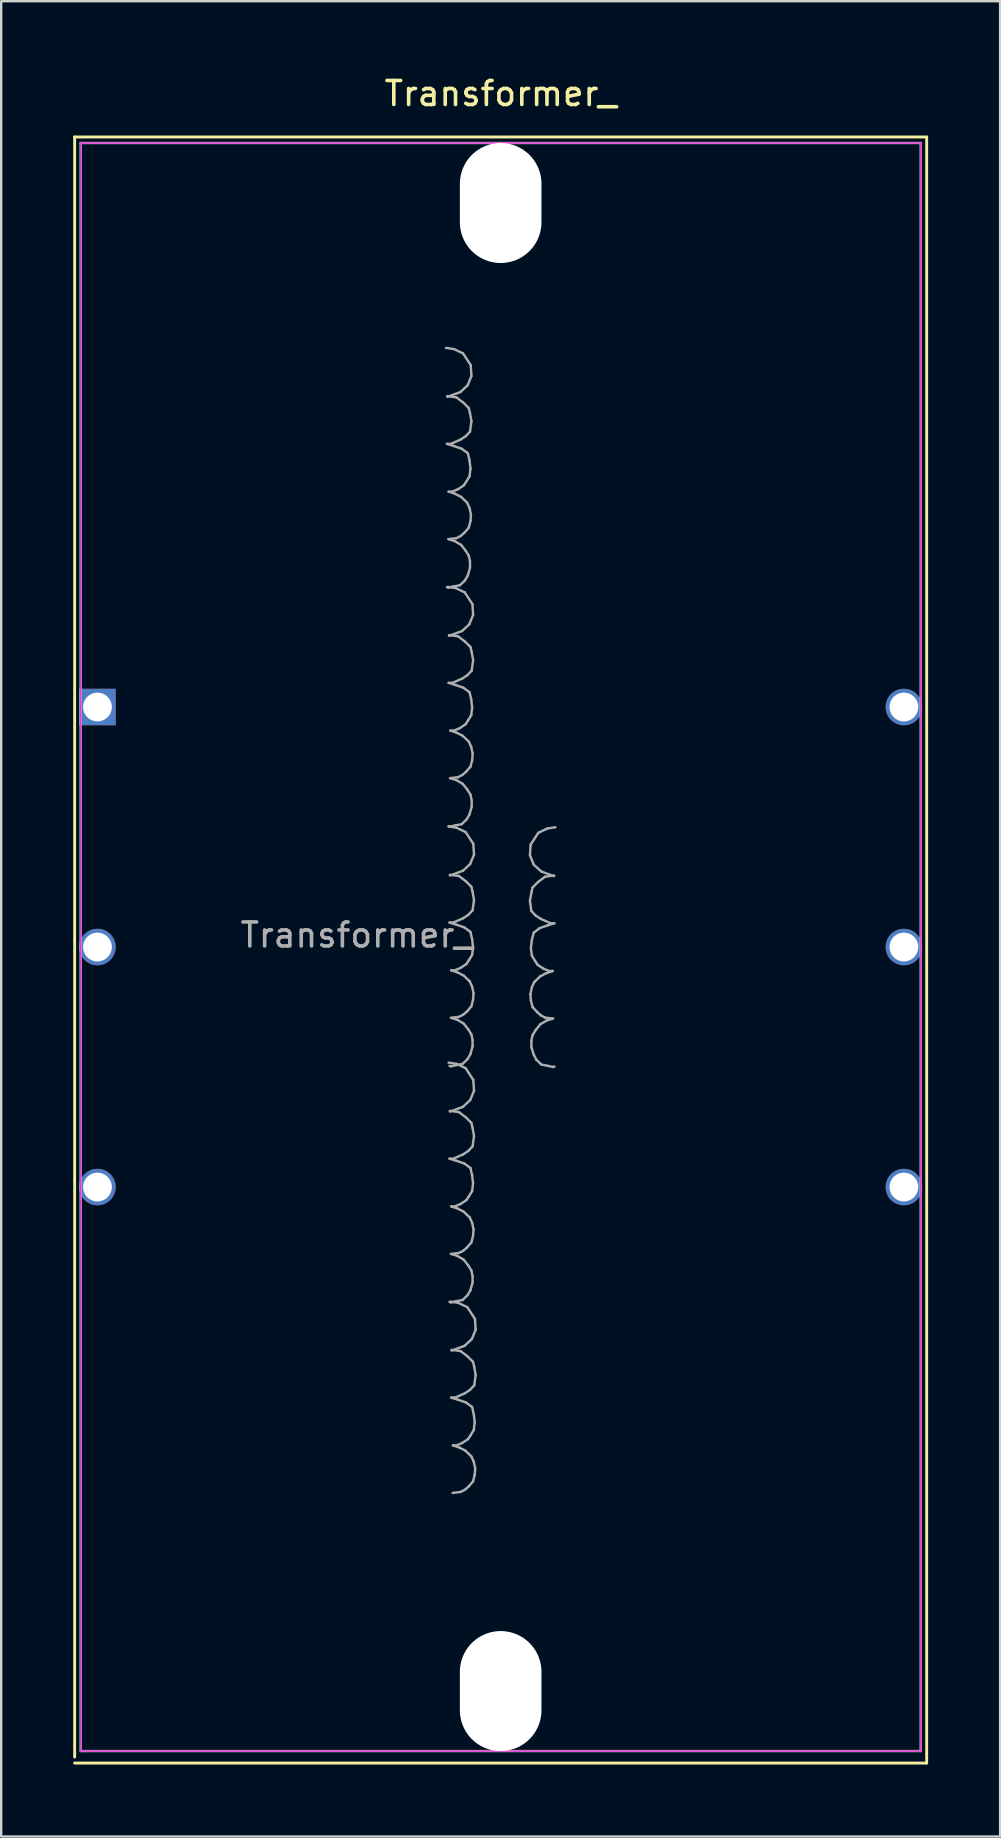
<source format=kicad_pcb>
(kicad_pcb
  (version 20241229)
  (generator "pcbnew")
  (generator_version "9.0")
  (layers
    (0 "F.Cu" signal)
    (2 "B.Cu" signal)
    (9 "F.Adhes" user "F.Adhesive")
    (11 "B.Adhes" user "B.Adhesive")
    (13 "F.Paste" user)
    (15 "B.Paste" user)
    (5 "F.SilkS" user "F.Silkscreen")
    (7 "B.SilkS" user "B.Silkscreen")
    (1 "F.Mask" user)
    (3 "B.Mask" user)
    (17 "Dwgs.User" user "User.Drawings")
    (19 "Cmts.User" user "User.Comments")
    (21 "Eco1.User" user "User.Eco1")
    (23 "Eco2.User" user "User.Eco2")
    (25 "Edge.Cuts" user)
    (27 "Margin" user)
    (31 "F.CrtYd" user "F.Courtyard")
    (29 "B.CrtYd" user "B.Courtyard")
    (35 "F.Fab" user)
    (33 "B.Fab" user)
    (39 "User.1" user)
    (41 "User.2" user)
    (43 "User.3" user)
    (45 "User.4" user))
  (footprint "Transformer_"
    (layer "F.Cu")
    (at 17.81 36.408)
    (property "Reference" "Transformer_" (at 0 -35.56 0) (layer "F.SilkS") (effects (font (size 1 1) (thickness 0.15))))
    (attr through_hole)
    (fp_line (start -17.75 -33.75) (end 17.75 -33.75) (stroke (width 0.12) (type solid)) (layer "F.SilkS"))
    (fp_line (start -17.75 33.75) (end -17.75 -33.75) (stroke (width 0.12) (type solid)) (layer "F.SilkS"))
    (fp_line (start 17.75 -33.75) (end 17.75 34) (stroke (width 0.12) (type solid)) (layer "F.SilkS"))
    (fp_line (start 17.75 34) (end -17.75 34) (stroke (width 0.12) (type solid)) (layer "F.SilkS"))
    (fp_line (start -17.5 -33.5) (end -17.5 33.5) (stroke (width 0.05) (type solid)) (layer "F.CrtYd"))
    (fp_line (start -17.5 -33.5) (end 17.5 -33.5) (stroke (width 0.05) (type solid)) (layer "F.CrtYd"))
    (fp_line (start -17.5 33.5) (end 17.5 33.5) (stroke (width 0.05) (type solid)) (layer "F.CrtYd"))
    (fp_line (start 17.5 33.5) (end 17.5 -33.5) (stroke (width 0.05) (type solid)) (layer "F.CrtYd"))
    (fp_line (start -17.5 -33.5) (end -17.5 33.5) (stroke (width 0.1) (type solid)) (layer "F.Fab"))
    (fp_line (start -17.5 33.5) (end 17.5 33.5) (stroke (width 0.1) (type solid)) (layer "F.Fab"))
    (fp_line (start -2.277 -24.964) (end -1.947 -24.914) (stroke (width 0.1) (type solid)) (layer "F.Fab"))
    (fp_line (start -2.237 -20.964) (end -1.947 -20.874) (stroke (width 0.1) (type solid)) (layer "F.Fab"))
    (fp_line (start -2.227 -22.954) (end -1.847 -22.904) (stroke (width 0.1) (type solid)) (layer "F.Fab"))
    (fp_line (start -2.207 -15.007) (end -1.877 -14.957) (stroke (width 0.1) (type solid)) (layer "F.Fab"))
    (fp_line (start -2.177 -16.994) (end -1.917 -16.914) (stroke (width 0.1) (type solid)) (layer "F.Fab"))
    (fp_line (start -2.177 -14.974) (end -2.237 -14.994) (stroke (width 0.1) (type solid)) (layer "F.Fab"))
    (fp_line (start -2.17 4.817) (end -1.84 4.867) (stroke (width 0.1) (type solid)) (layer "F.Fab"))
    (fp_line (start -2.17 -5.02) (end -1.84 -4.97) (stroke (width 0.1) (type solid)) (layer "F.Fab"))
    (fp_line (start -2.167 -11.007) (end -1.877 -10.917) (stroke (width 0.1) (type solid)) (layer "F.Fab"))
    (fp_line (start -2.167 -18.974) (end -1.897 -18.884) (stroke (width 0.1) (type solid)) (layer "F.Fab"))
    (fp_line (start -2.157 -12.997) (end -1.777 -12.947) (stroke (width 0.1) (type solid)) (layer "F.Fab"))
    (fp_line (start -2.13 8.817) (end -1.84 8.907) (stroke (width 0.1) (type solid)) (layer "F.Fab"))
    (fp_line (start -2.13 -1.02) (end -1.84 -0.93) (stroke (width 0.1) (type solid)) (layer "F.Fab"))
    (fp_line (start -2.12 6.827) (end -1.74 6.877) (stroke (width 0.1) (type solid)) (layer "F.Fab"))
    (fp_line (start -2.12 -3.01) (end -1.74 -2.96) (stroke (width 0.1) (type solid)) (layer "F.Fab"))
    (fp_line (start -2.107 -7.037) (end -1.847 -6.957) (stroke (width 0.1) (type solid)) (layer "F.Fab"))
    (fp_line (start -2.107 -5.017) (end -2.167 -5.037) (stroke (width 0.1) (type solid)) (layer "F.Fab"))
    (fp_line (start -2.101 14.774) (end -1.771 14.824) (stroke (width 0.1) (type solid)) (layer "F.Fab"))
    (fp_line (start -2.097 -9.017) (end -1.827 -8.927) (stroke (width 0.1) (type solid)) (layer "F.Fab"))
    (fp_line (start -2.077 -20.964) (end -2.237 -20.964) (stroke (width 0.1) (type solid)) (layer "F.Fab"))
    (fp_line (start -2.07 12.787) (end -1.81 12.867) (stroke (width 0.1) (type solid)) (layer "F.Fab"))
    (fp_line (start -2.07 14.807) (end -2.13 14.787) (stroke (width 0.1) (type solid)) (layer "F.Fab"))
    (fp_line (start -2.07 2.95) (end -1.81 3.03) (stroke (width 0.1) (type solid)) (layer "F.Fab"))
    (fp_line (start -2.07 4.97) (end -2.13 4.95) (stroke (width 0.1) (type solid)) (layer "F.Fab"))
    (fp_line (start -2.061 18.774) (end -1.771 18.864) (stroke (width 0.1) (type solid)) (layer "F.Fab"))
    (fp_line (start -2.06 10.807) (end -1.79 10.897) (stroke (width 0.1) (type solid)) (layer "F.Fab"))
    (fp_line (start -2.06 0.97) (end -1.79 1.06) (stroke (width 0.1) (type solid)) (layer "F.Fab"))
    (fp_line (start -2.051 16.784) (end -1.671 16.834) (stroke (width 0.1) (type solid)) (layer "F.Fab"))
    (fp_line (start -2.017 -18.974) (end -2.167 -18.974) (stroke (width 0.1) (type solid)) (layer "F.Fab"))
    (fp_line (start -2.007 -11.007) (end -2.167 -11.007) (stroke (width 0.1) (type solid)) (layer "F.Fab"))
    (fp_line (start -1.991 20.764) (end -1.721 20.854) (stroke (width 0.1) (type solid)) (layer "F.Fab"))
    (fp_line (start -1.97 8.817) (end -2.13 8.817) (stroke (width 0.1) (type solid)) (layer "F.Fab"))
    (fp_line (start -1.97 -1.02) (end -2.13 -1.02) (stroke (width 0.1) (type solid)) (layer "F.Fab"))
    (fp_line (start -1.967 -15.024) (end -2.177 -14.974) (stroke (width 0.1) (type solid)) (layer "F.Fab"))
    (fp_line (start -1.947 -9.017) (end -2.097 -9.017) (stroke (width 0.1) (type solid)) (layer "F.Fab"))
    (fp_line (start -1.947 -24.914) (end -1.567 -24.734) (stroke (width 0.1) (type solid)) (layer "F.Fab"))
    (fp_line (start -1.947 -20.874) (end -1.627 -20.764) (stroke (width 0.1) (type solid)) (layer "F.Fab"))
    (fp_line (start -1.917 -16.914) (end -1.647 -16.754) (stroke (width 0.1) (type solid)) (layer "F.Fab"))
    (fp_line (start -1.91 10.807) (end -2.06 10.807) (stroke (width 0.1) (type solid)) (layer "F.Fab"))
    (fp_line (start -1.91 0.97) (end -2.06 0.97) (stroke (width 0.1) (type solid)) (layer "F.Fab"))
    (fp_line (start -1.901 18.774) (end -2.061 18.774) (stroke (width 0.1) (type solid)) (layer "F.Fab"))
    (fp_line (start -1.897 -5.067) (end -2.107 -5.017) (stroke (width 0.1) (type solid)) (layer "F.Fab"))
    (fp_line (start -1.897 -18.884) (end -1.647 -18.754) (stroke (width 0.1) (type solid)) (layer "F.Fab"))
    (fp_line (start -1.877 -14.957) (end -1.497 -14.777) (stroke (width 0.1) (type solid)) (layer "F.Fab"))
    (fp_line (start -1.877 -10.917) (end -1.557 -10.807) (stroke (width 0.1) (type solid)) (layer "F.Fab"))
    (fp_line (start -1.86 14.757) (end -2.07 14.807) (stroke (width 0.1) (type solid)) (layer "F.Fab"))
    (fp_line (start -1.86 4.92) (end -2.07 4.97) (stroke (width 0.1) (type solid)) (layer "F.Fab"))
    (fp_line (start -1.847 -6.957) (end -1.577 -6.797) (stroke (width 0.1) (type solid)) (layer "F.Fab"))
    (fp_line (start -1.847 -22.904) (end -1.557 -22.684) (stroke (width 0.1) (type solid)) (layer "F.Fab"))
    (fp_line (start -1.847 -17.034) (end -2.177 -16.994) (stroke (width 0.1) (type solid)) (layer "F.Fab"))
    (fp_line (start -1.841 20.764) (end -1.991 20.764) (stroke (width 0.1) (type solid)) (layer "F.Fab"))
    (fp_line (start -1.84 4.867) (end -1.46 5.047) (stroke (width 0.1) (type solid)) (layer "F.Fab"))
    (fp_line (start -1.84 8.907) (end -1.52 9.017) (stroke (width 0.1) (type solid)) (layer "F.Fab"))
    (fp_line (start -1.84 -4.97) (end -1.46 -4.79) (stroke (width 0.1) (type solid)) (layer "F.Fab"))
    (fp_line (start -1.84 -0.93) (end -1.52 -0.82) (stroke (width 0.1) (type solid)) (layer "F.Fab"))
    (fp_line (start -1.827 -8.927) (end -1.577 -8.797) (stroke (width 0.1) (type solid)) (layer "F.Fab"))
    (fp_line (start -1.81 12.867) (end -1.54 13.027) (stroke (width 0.1) (type solid)) (layer "F.Fab"))
    (fp_line (start -1.81 3.03) (end -1.54 3.19) (stroke (width 0.1) (type solid)) (layer "F.Fab"))
    (fp_line (start -1.79 10.897) (end -1.54 11.027) (stroke (width 0.1) (type solid)) (layer "F.Fab"))
    (fp_line (start -1.79 1.06) (end -1.54 1.19) (stroke (width 0.1) (type solid)) (layer "F.Fab"))
    (fp_line (start -1.777 -12.947) (end -1.487 -12.727) (stroke (width 0.1) (type solid)) (layer "F.Fab"))
    (fp_line (start -1.777 -7.077) (end -2.107 -7.037) (stroke (width 0.1) (type solid)) (layer "F.Fab"))
    (fp_line (start -1.777 -19.074) (end -2.017 -18.974) (stroke (width 0.1) (type solid)) (layer "F.Fab"))
    (fp_line (start -1.771 14.824) (end -1.391 15.004) (stroke (width 0.1) (type solid)) (layer "F.Fab"))
    (fp_line (start -1.771 18.864) (end -1.451 18.974) (stroke (width 0.1) (type solid)) (layer "F.Fab"))
    (fp_line (start -1.74 6.877) (end -1.45 7.097) (stroke (width 0.1) (type solid)) (layer "F.Fab"))
    (fp_line (start -1.74 12.747) (end -2.07 12.787) (stroke (width 0.1) (type solid)) (layer "F.Fab"))
    (fp_line (start -1.74 -2.96) (end -1.45 -2.74) (stroke (width 0.1) (type solid)) (layer "F.Fab"))
    (fp_line (start -1.74 2.91) (end -2.07 2.95) (stroke (width 0.1) (type solid)) (layer "F.Fab"))
    (fp_line (start -1.721 20.854) (end -1.471 20.984) (stroke (width 0.1) (type solid)) (layer "F.Fab"))
    (fp_line (start -1.707 -9.117) (end -1.947 -9.017) (stroke (width 0.1) (type solid)) (layer "F.Fab"))
    (fp_line (start -1.697 -15.074) (end -1.967 -15.024) (stroke (width 0.1) (type solid)) (layer "F.Fab"))
    (fp_line (start -1.677 -23.124) (end -2.217 -22.924) (stroke (width 0.1) (type solid)) (layer "F.Fab"))
    (fp_line (start -1.671 16.834) (end -1.381 17.054) (stroke (width 0.1) (type solid)) (layer "F.Fab"))
    (fp_line (start -1.671 22.704) (end -2.001 22.744) (stroke (width 0.1) (type solid)) (layer "F.Fab"))
    (fp_line (start -1.67 10.707) (end -1.91 10.807) (stroke (width 0.1) (type solid)) (layer "F.Fab"))
    (fp_line (start -1.67 0.87) (end -1.91 0.97) (stroke (width 0.1) (type solid)) (layer "F.Fab"))
    (fp_line (start -1.667 -21.144) (end -2.077 -20.964) (stroke (width 0.1) (type solid)) (layer "F.Fab"))
    (fp_line (start -1.667 -17.124) (end -1.847 -17.034) (stroke (width 0.1) (type solid)) (layer "F.Fab"))
    (fp_line (start -1.647 -18.754) (end -1.397 -18.514) (stroke (width 0.1) (type solid)) (layer "F.Fab"))
    (fp_line (start -1.647 -16.754) (end -1.457 -16.514) (stroke (width 0.1) (type solid)) (layer "F.Fab"))
    (fp_line (start -1.627 -5.117) (end -1.897 -5.067) (stroke (width 0.1) (type solid)) (layer "F.Fab"))
    (fp_line (start -1.627 -20.764) (end -1.367 -20.574) (stroke (width 0.1) (type solid)) (layer "F.Fab"))
    (fp_line (start -1.607 -13.167) (end -2.147 -12.967) (stroke (width 0.1) (type solid)) (layer "F.Fab"))
    (fp_line (start -1.601 20.664) (end -1.841 20.764) (stroke (width 0.1) (type solid)) (layer "F.Fab"))
    (fp_line (start -1.597 -11.187) (end -2.007 -11.007) (stroke (width 0.1) (type solid)) (layer "F.Fab"))
    (fp_line (start -1.597 -7.167) (end -1.777 -7.077) (stroke (width 0.1) (type solid)) (layer "F.Fab"))
    (fp_line (start -1.59 14.707) (end -1.86 14.757) (stroke (width 0.1) (type solid)) (layer "F.Fab"))
    (fp_line (start -1.59 4.87) (end -1.86 4.92) (stroke (width 0.1) (type solid)) (layer "F.Fab"))
    (fp_line (start -1.577 -8.797) (end -1.327 -8.557) (stroke (width 0.1) (type solid)) (layer "F.Fab"))
    (fp_line (start -1.577 -6.797) (end -1.387 -6.557) (stroke (width 0.1) (type solid)) (layer "F.Fab"))
    (fp_line (start -1.57 6.657) (end -2.11 6.857) (stroke (width 0.1) (type solid)) (layer "F.Fab"))
    (fp_line (start -1.57 -3.18) (end -2.11 -2.98) (stroke (width 0.1) (type solid)) (layer "F.Fab"))
    (fp_line (start -1.567 -24.734) (end -1.247 -24.244) (stroke (width 0.1) (type solid)) (layer "F.Fab"))
    (fp_line (start -1.56 8.637) (end -1.97 8.817) (stroke (width 0.1) (type solid)) (layer "F.Fab"))
    (fp_line (start -1.56 12.657) (end -1.74 12.747) (stroke (width 0.1) (type solid)) (layer "F.Fab"))
    (fp_line (start -1.56 -1.2) (end -1.97 -1.02) (stroke (width 0.1) (type solid)) (layer "F.Fab"))
    (fp_line (start -1.56 2.82) (end -1.74 2.91) (stroke (width 0.1) (type solid)) (layer "F.Fab"))
    (fp_line (start -1.557 -10.807) (end -1.297 -10.617) (stroke (width 0.1) (type solid)) (layer "F.Fab"))
    (fp_line (start -1.557 -22.684) (end -1.327 -22.454) (stroke (width 0.1) (type solid)) (layer "F.Fab"))
    (fp_line (start -1.54 11.027) (end -1.29 11.267) (stroke (width 0.1) (type solid)) (layer "F.Fab"))
    (fp_line (start -1.54 13.027) (end -1.35 13.267) (stroke (width 0.1) (type solid)) (layer "F.Fab"))
    (fp_line (start -1.54 1.19) (end -1.29 1.43) (stroke (width 0.1) (type solid)) (layer "F.Fab"))
    (fp_line (start -1.54 3.19) (end -1.35 3.43) (stroke (width 0.1) (type solid)) (layer "F.Fab"))
    (fp_line (start -1.537 -19.234) (end -1.777 -19.074) (stroke (width 0.1) (type solid)) (layer "F.Fab"))
    (fp_line (start -1.52 9.017) (end -1.26 9.207) (stroke (width 0.1) (type solid)) (layer "F.Fab"))
    (fp_line (start -1.52 -0.82) (end -1.26 -0.63) (stroke (width 0.1) (type solid)) (layer "F.Fab"))
    (fp_line (start -1.507 -17.264) (end -1.667 -17.124) (stroke (width 0.1) (type solid)) (layer "F.Fab"))
    (fp_line (start -1.501 16.614) (end -2.041 16.814) (stroke (width 0.1) (type solid)) (layer "F.Fab"))
    (fp_line (start -1.497 -14.777) (end -1.177 -14.287) (stroke (width 0.1) (type solid)) (layer "F.Fab"))
    (fp_line (start -1.491 18.594) (end -1.901 18.774) (stroke (width 0.1) (type solid)) (layer "F.Fab"))
    (fp_line (start -1.491 22.614) (end -1.671 22.704) (stroke (width 0.1) (type solid)) (layer "F.Fab"))
    (fp_line (start -1.487 -12.727) (end -1.257 -12.497) (stroke (width 0.1) (type solid)) (layer "F.Fab"))
    (fp_line (start -1.487 -15.274) (end -1.697 -15.074) (stroke (width 0.1) (type solid)) (layer "F.Fab"))
    (fp_line (start -1.471 20.984) (end -1.221 21.224) (stroke (width 0.1) (type solid)) (layer "F.Fab"))
    (fp_line (start -1.467 -9.277) (end -1.707 -9.117) (stroke (width 0.1) (type solid)) (layer "F.Fab"))
    (fp_line (start -1.46 5.047) (end -1.14 5.537) (stroke (width 0.1) (type solid)) (layer "F.Fab"))
    (fp_line (start -1.46 -4.79) (end -1.14 -4.3) (stroke (width 0.1) (type solid)) (layer "F.Fab"))
    (fp_line (start -1.457 -21.284) (end -1.667 -21.144) (stroke (width 0.1) (type solid)) (layer "F.Fab"))
    (fp_line (start -1.457 -16.514) (end -1.327 -16.304) (stroke (width 0.1) (type solid)) (layer "F.Fab"))
    (fp_line (start -1.451 18.974) (end -1.191 19.164) (stroke (width 0.1) (type solid)) (layer "F.Fab"))
    (fp_line (start -1.45 7.097) (end -1.22 7.327) (stroke (width 0.1) (type solid)) (layer "F.Fab"))
    (fp_line (start -1.45 -2.74) (end -1.22 -2.51) (stroke (width 0.1) (type solid)) (layer "F.Fab"))
    (fp_line (start -1.437 -7.307) (end -1.597 -7.167) (stroke (width 0.1) (type solid)) (layer "F.Fab"))
    (fp_line (start -1.437 -19.384) (end -1.537 -19.234) (stroke (width 0.1) (type solid)) (layer "F.Fab"))
    (fp_line (start -1.43 10.547) (end -1.67 10.707) (stroke (width 0.1) (type solid)) (layer "F.Fab"))
    (fp_line (start -1.43 0.71) (end -1.67 0.87) (stroke (width 0.1) (type solid)) (layer "F.Fab"))
    (fp_line (start -1.417 -5.317) (end -1.627 -5.117) (stroke (width 0.1) (type solid)) (layer "F.Fab"))
    (fp_line (start -1.4 12.517) (end -1.56 12.657) (stroke (width 0.1) (type solid)) (layer "F.Fab"))
    (fp_line (start -1.4 2.68) (end -1.56 2.82) (stroke (width 0.1) (type solid)) (layer "F.Fab"))
    (fp_line (start -1.397 -18.514) (end -1.297 -18.294) (stroke (width 0.1) (type solid)) (layer "F.Fab"))
    (fp_line (start -1.391 15.004) (end -1.071 15.494) (stroke (width 0.1) (type solid)) (layer "F.Fab"))
    (fp_line (start -1.387 -11.327) (end -1.597 -11.187) (stroke (width 0.1) (type solid)) (layer "F.Fab"))
    (fp_line (start -1.387 -6.557) (end -1.257 -6.347) (stroke (width 0.1) (type solid)) (layer "F.Fab"))
    (fp_line (start -1.381 17.054) (end -1.151 17.284) (stroke (width 0.1) (type solid)) (layer "F.Fab"))
    (fp_line (start -1.38 14.507) (end -1.59 14.707) (stroke (width 0.1) (type solid)) (layer "F.Fab"))
    (fp_line (start -1.38 4.67) (end -1.59 4.87) (stroke (width 0.1) (type solid)) (layer "F.Fab"))
    (fp_line (start -1.377 -23.404) (end -1.677 -23.124) (stroke (width 0.1) (type solid)) (layer "F.Fab"))
    (fp_line (start -1.367 -9.427) (end -1.467 -9.277) (stroke (width 0.1) (type solid)) (layer "F.Fab"))
    (fp_line (start -1.367 -20.574) (end -1.297 -20.274) (stroke (width 0.1) (type solid)) (layer "F.Fab"))
    (fp_line (start -1.367 -15.484) (end -1.487 -15.274) (stroke (width 0.1) (type solid)) (layer "F.Fab"))
    (fp_line (start -1.361 20.504) (end -1.601 20.664) (stroke (width 0.1) (type solid)) (layer "F.Fab"))
    (fp_line (start -1.35 8.497) (end -1.56 8.637) (stroke (width 0.1) (type solid)) (layer "F.Fab"))
    (fp_line (start -1.35 13.267) (end -1.22 13.477) (stroke (width 0.1) (type solid)) (layer "F.Fab"))
    (fp_line (start -1.35 -1.34) (end -1.56 -1.2) (stroke (width 0.1) (type solid)) (layer "F.Fab"))
    (fp_line (start -1.35 3.43) (end -1.22 3.64) (stroke (width 0.1) (type solid)) (layer "F.Fab"))
    (fp_line (start -1.331 22.474) (end -1.491 22.614) (stroke (width 0.1) (type solid)) (layer "F.Fab"))
    (fp_line (start -1.33 10.397) (end -1.43 10.547) (stroke (width 0.1) (type solid)) (layer "F.Fab"))
    (fp_line (start -1.33 0.56) (end -1.43 0.71) (stroke (width 0.1) (type solid)) (layer "F.Fab"))
    (fp_line (start -1.327 -8.557) (end -1.227 -8.337) (stroke (width 0.1) (type solid)) (layer "F.Fab"))
    (fp_line (start -1.327 -22.454) (end -1.277 -22.244) (stroke (width 0.1) (type solid)) (layer "F.Fab"))
    (fp_line (start -1.327 -17.474) (end -1.507 -17.264) (stroke (width 0.1) (type solid)) (layer "F.Fab"))
    (fp_line (start -1.327 -16.304) (end -1.277 -16.074) (stroke (width 0.1) (type solid)) (layer "F.Fab"))
    (fp_line (start -1.307 -13.447) (end -1.607 -13.167) (stroke (width 0.1) (type solid)) (layer "F.Fab"))
    (fp_line (start -1.297 -10.617) (end -1.227 -10.317) (stroke (width 0.1) (type solid)) (layer "F.Fab"))
    (fp_line (start -1.297 -5.527) (end -1.417 -5.317) (stroke (width 0.1) (type solid)) (layer "F.Fab"))
    (fp_line (start -1.297 -20.274) (end -1.257 -19.934) (stroke (width 0.1) (type solid)) (layer "F.Fab"))
    (fp_line (start -1.297 -19.614) (end -1.437 -19.384) (stroke (width 0.1) (type solid)) (layer "F.Fab"))
    (fp_line (start -1.297 -18.294) (end -1.237 -18.014) (stroke (width 0.1) (type solid)) (layer "F.Fab"))
    (fp_line (start -1.29 11.267) (end -1.19 11.487) (stroke (width 0.1) (type solid)) (layer "F.Fab"))
    (fp_line (start -1.29 1.43) (end -1.19 1.65) (stroke (width 0.1) (type solid)) (layer "F.Fab"))
    (fp_line (start -1.281 18.454) (end -1.491 18.594) (stroke (width 0.1) (type solid)) (layer "F.Fab"))
    (fp_line (start -1.277 -22.244) (end -1.217 -21.904) (stroke (width 0.1) (type solid)) (layer "F.Fab"))
    (fp_line (start -1.277 -21.474) (end -1.457 -21.284) (stroke (width 0.1) (type solid)) (layer "F.Fab"))
    (fp_line (start -1.277 -16.074) (end -1.277 -15.804) (stroke (width 0.1) (type solid)) (layer "F.Fab"))
    (fp_line (start -1.277 -15.804) (end -1.367 -15.484) (stroke (width 0.1) (type solid)) (layer "F.Fab"))
    (fp_line (start -1.27 6.377) (end -1.57 6.657) (stroke (width 0.1) (type solid)) (layer "F.Fab"))
    (fp_line (start -1.27 -3.46) (end -1.57 -3.18) (stroke (width 0.1) (type solid)) (layer "F.Fab"))
    (fp_line (start -1.261 20.354) (end -1.361 20.504) (stroke (width 0.1) (type solid)) (layer "F.Fab"))
    (fp_line (start -1.26 9.207) (end -1.19 9.507) (stroke (width 0.1) (type solid)) (layer "F.Fab"))
    (fp_line (start -1.26 14.297) (end -1.38 14.507) (stroke (width 0.1) (type solid)) (layer "F.Fab"))
    (fp_line (start -1.26 -0.63) (end -1.19 -0.33) (stroke (width 0.1) (type solid)) (layer "F.Fab"))
    (fp_line (start -1.26 4.46) (end -1.38 4.67) (stroke (width 0.1) (type solid)) (layer "F.Fab"))
    (fp_line (start -1.257 -12.497) (end -1.207 -12.287) (stroke (width 0.1) (type solid)) (layer "F.Fab"))
    (fp_line (start -1.257 -7.517) (end -1.437 -7.307) (stroke (width 0.1) (type solid)) (layer "F.Fab"))
    (fp_line (start -1.257 -6.347) (end -1.207 -6.117) (stroke (width 0.1) (type solid)) (layer "F.Fab"))
    (fp_line (start -1.257 -19.934) (end -1.297 -19.614) (stroke (width 0.1) (type solid)) (layer "F.Fab"))
    (fp_line (start -1.257 -17.744) (end -1.327 -17.474) (stroke (width 0.1) (type solid)) (layer "F.Fab"))
    (fp_line (start -1.247 -24.244) (end -1.217 -23.794) (stroke (width 0.1) (type solid)) (layer "F.Fab"))
    (fp_line (start -1.237 -18.014) (end -1.257 -17.744) (stroke (width 0.1) (type solid)) (layer "F.Fab"))
    (fp_line (start -1.227 -10.317) (end -1.187 -9.977) (stroke (width 0.1) (type solid)) (layer "F.Fab"))
    (fp_line (start -1.227 -9.657) (end -1.367 -9.427) (stroke (width 0.1) (type solid)) (layer "F.Fab"))
    (fp_line (start -1.227 -8.337) (end -1.167 -8.057) (stroke (width 0.1) (type solid)) (layer "F.Fab"))
    (fp_line (start -1.221 21.224) (end -1.121 21.444) (stroke (width 0.1) (type solid)) (layer "F.Fab"))
    (fp_line (start -1.22 7.327) (end -1.17 7.537) (stroke (width 0.1) (type solid)) (layer "F.Fab"))
    (fp_line (start -1.22 12.307) (end -1.4 12.517) (stroke (width 0.1) (type solid)) (layer "F.Fab"))
    (fp_line (start -1.22 13.477) (end -1.17 13.707) (stroke (width 0.1) (type solid)) (layer "F.Fab"))
    (fp_line (start -1.22 -2.51) (end -1.17 -2.3) (stroke (width 0.1) (type solid)) (layer "F.Fab"))
    (fp_line (start -1.22 2.47) (end -1.4 2.68) (stroke (width 0.1) (type solid)) (layer "F.Fab"))
    (fp_line (start -1.22 3.64) (end -1.17 3.87) (stroke (width 0.1) (type solid)) (layer "F.Fab"))
    (fp_line (start -1.217 -23.794) (end -1.377 -23.404) (stroke (width 0.1) (type solid)) (layer "F.Fab"))
    (fp_line (start -1.217 -21.904) (end -1.277 -21.474) (stroke (width 0.1) (type solid)) (layer "F.Fab"))
    (fp_line (start -1.207 -12.287) (end -1.147 -11.947) (stroke (width 0.1) (type solid)) (layer "F.Fab"))
    (fp_line (start -1.207 -11.517) (end -1.387 -11.327) (stroke (width 0.1) (type solid)) (layer "F.Fab"))
    (fp_line (start -1.207 -6.117) (end -1.207 -5.847) (stroke (width 0.1) (type solid)) (layer "F.Fab"))
    (fp_line (start -1.207 -5.847) (end -1.297 -5.527) (stroke (width 0.1) (type solid)) (layer "F.Fab"))
    (fp_line (start -1.201 16.334) (end -1.501 16.614) (stroke (width 0.1) (type solid)) (layer "F.Fab"))
    (fp_line (start -1.191 19.164) (end -1.121 19.464) (stroke (width 0.1) (type solid)) (layer "F.Fab"))
    (fp_line (start -1.19 9.507) (end -1.15 9.847) (stroke (width 0.1) (type solid)) (layer "F.Fab"))
    (fp_line (start -1.19 10.167) (end -1.33 10.397) (stroke (width 0.1) (type solid)) (layer "F.Fab"))
    (fp_line (start -1.19 11.487) (end -1.13 11.767) (stroke (width 0.1) (type solid)) (layer "F.Fab"))
    (fp_line (start -1.19 -0.33) (end -1.15 0.01) (stroke (width 0.1) (type solid)) (layer "F.Fab"))
    (fp_line (start -1.19 0.33) (end -1.33 0.56) (stroke (width 0.1) (type solid)) (layer "F.Fab"))
    (fp_line (start -1.19 1.65) (end -1.13 1.93) (stroke (width 0.1) (type solid)) (layer "F.Fab"))
    (fp_line (start -1.187 -9.977) (end -1.227 -9.657) (stroke (width 0.1) (type solid)) (layer "F.Fab"))
    (fp_line (start -1.187 -7.787) (end -1.257 -7.517) (stroke (width 0.1) (type solid)) (layer "F.Fab"))
    (fp_line (start -1.177 -14.287) (end -1.147 -13.837) (stroke (width 0.1) (type solid)) (layer "F.Fab"))
    (fp_line (start -1.17 7.537) (end -1.11 7.877) (stroke (width 0.1) (type solid)) (layer "F.Fab"))
    (fp_line (start -1.17 8.307) (end -1.35 8.497) (stroke (width 0.1) (type solid)) (layer "F.Fab"))
    (fp_line (start -1.17 13.707) (end -1.17 13.977) (stroke (width 0.1) (type solid)) (layer "F.Fab"))
    (fp_line (start -1.17 13.977) (end -1.26 14.297) (stroke (width 0.1) (type solid)) (layer "F.Fab"))
    (fp_line (start -1.17 -2.3) (end -1.11 -1.96) (stroke (width 0.1) (type solid)) (layer "F.Fab"))
    (fp_line (start -1.17 -1.53) (end -1.35 -1.34) (stroke (width 0.1) (type solid)) (layer "F.Fab"))
    (fp_line (start -1.17 3.87) (end -1.17 4.14) (stroke (width 0.1) (type solid)) (layer "F.Fab"))
    (fp_line (start -1.17 4.14) (end -1.26 4.46) (stroke (width 0.1) (type solid)) (layer "F.Fab"))
    (fp_line (start -1.167 -8.057) (end -1.187 -7.787) (stroke (width 0.1) (type solid)) (layer "F.Fab"))
    (fp_line (start -1.151 17.284) (end -1.101 17.494) (stroke (width 0.1) (type solid)) (layer "F.Fab"))
    (fp_line (start -1.151 22.264) (end -1.331 22.474) (stroke (width 0.1) (type solid)) (layer "F.Fab"))
    (fp_line (start -1.15 9.847) (end -1.19 10.167) (stroke (width 0.1) (type solid)) (layer "F.Fab"))
    (fp_line (start -1.15 12.037) (end -1.22 12.307) (stroke (width 0.1) (type solid)) (layer "F.Fab"))
    (fp_line (start -1.15 0.01) (end -1.19 0.33) (stroke (width 0.1) (type solid)) (layer "F.Fab"))
    (fp_line (start -1.15 2.2) (end -1.22 2.47) (stroke (width 0.1) (type solid)) (layer "F.Fab"))
    (fp_line (start -1.147 -13.837) (end -1.307 -13.447) (stroke (width 0.1) (type solid)) (layer "F.Fab"))
    (fp_line (start -1.147 -11.947) (end -1.207 -11.517) (stroke (width 0.1) (type solid)) (layer "F.Fab"))
    (fp_line (start -1.14 5.537) (end -1.11 5.987) (stroke (width 0.1) (type solid)) (layer "F.Fab"))
    (fp_line (start -1.14 -4.3) (end -1.11 -3.85) (stroke (width 0.1) (type solid)) (layer "F.Fab"))
    (fp_line (start -1.13 11.767) (end -1.15 12.037) (stroke (width 0.1) (type solid)) (layer "F.Fab"))
    (fp_line (start -1.13 1.93) (end -1.15 2.2) (stroke (width 0.1) (type solid)) (layer "F.Fab"))
    (fp_line (start -1.121 19.464) (end -1.081 19.804) (stroke (width 0.1) (type solid)) (layer "F.Fab"))
    (fp_line (start -1.121 20.124) (end -1.261 20.354) (stroke (width 0.1) (type solid)) (layer "F.Fab"))
    (fp_line (start -1.121 21.444) (end -1.061 21.724) (stroke (width 0.1) (type solid)) (layer "F.Fab"))
    (fp_line (start -1.11 5.987) (end -1.27 6.377) (stroke (width 0.1) (type solid)) (layer "F.Fab"))
    (fp_line (start -1.11 7.877) (end -1.17 8.307) (stroke (width 0.1) (type solid)) (layer "F.Fab"))
    (fp_line (start -1.11 -3.85) (end -1.27 -3.46) (stroke (width 0.1) (type solid)) (layer "F.Fab"))
    (fp_line (start -1.11 -1.96) (end -1.17 -1.53) (stroke (width 0.1) (type solid)) (layer "F.Fab"))
    (fp_line (start -1.101 17.494) (end -1.041 17.834) (stroke (width 0.1) (type solid)) (layer "F.Fab"))
    (fp_line (start -1.101 18.264) (end -1.281 18.454) (stroke (width 0.1) (type solid)) (layer "F.Fab"))
    (fp_line (start -1.081 19.804) (end -1.121 20.124) (stroke (width 0.1) (type solid)) (layer "F.Fab"))
    (fp_line (start -1.081 21.994) (end -1.151 22.264) (stroke (width 0.1) (type solid)) (layer "F.Fab"))
    (fp_line (start -1.071 15.494) (end -1.041 15.944) (stroke (width 0.1) (type solid)) (layer "F.Fab"))
    (fp_line (start -1.061 21.724) (end -1.081 21.994) (stroke (width 0.1) (type solid)) (layer "F.Fab"))
    (fp_line (start -1.041 15.944) (end -1.201 16.334) (stroke (width 0.1) (type solid)) (layer "F.Fab"))
    (fp_line (start -1.041 17.834) (end -1.101 18.264) (stroke (width 0.1) (type solid)) (layer "F.Fab"))
    (fp_line (start 1.22 -3.82) (end 1.38 -3.43) (stroke (width 0.1) (type solid)) (layer "F.Fab"))
    (fp_line (start 1.22 -1.93) (end 1.28 -1.5) (stroke (width 0.1) (type solid)) (layer "F.Fab"))
    (fp_line (start 1.24 1.96) (end 1.26 2.23) (stroke (width 0.1) (type solid)) (layer "F.Fab"))
    (fp_line (start 1.25 -4.27) (end 1.22 -3.82) (stroke (width 0.1) (type solid)) (layer "F.Fab"))
    (fp_line (start 1.26 0.04) (end 1.3 0.36) (stroke (width 0.1) (type solid)) (layer "F.Fab"))
    (fp_line (start 1.26 2.23) (end 1.33 2.5) (stroke (width 0.1) (type solid)) (layer "F.Fab"))
    (fp_line (start 1.28 -2.27) (end 1.22 -1.93) (stroke (width 0.1) (type solid)) (layer "F.Fab"))
    (fp_line (start 1.28 -1.5) (end 1.46 -1.31) (stroke (width 0.1) (type solid)) (layer "F.Fab"))
    (fp_line (start 1.28 3.9) (end 1.28 4.17) (stroke (width 0.1) (type solid)) (layer "F.Fab"))
    (fp_line (start 1.28 4.17) (end 1.38 4.49) (stroke (width 0.1) (type solid)) (layer "F.Fab"))
    (fp_line (start 1.3 -0.3) (end 1.26 0.04) (stroke (width 0.1) (type solid)) (layer "F.Fab"))
    (fp_line (start 1.3 0.36) (end 1.44 0.59) (stroke (width 0.1) (type solid)) (layer "F.Fab"))
    (fp_line (start 1.3 1.68) (end 1.24 1.96) (stroke (width 0.1) (type solid)) (layer "F.Fab"))
    (fp_line (start 1.33 -2.48) (end 1.28 -2.27) (stroke (width 0.1) (type solid)) (layer "F.Fab"))
    (fp_line (start 1.33 2.5) (end 1.52 2.71) (stroke (width 0.1) (type solid)) (layer "F.Fab"))
    (fp_line (start 1.33 3.67) (end 1.28 3.9) (stroke (width 0.1) (type solid)) (layer "F.Fab"))
    (fp_line (start 1.38 -3.43) (end 1.69 -3.15) (stroke (width 0.1) (type solid)) (layer "F.Fab"))
    (fp_line (start 1.38 -0.6) (end 1.3 -0.3) (stroke (width 0.1) (type solid)) (layer "F.Fab"))
    (fp_line (start 1.38 4.49) (end 1.49 4.7) (stroke (width 0.1) (type solid)) (layer "F.Fab"))
    (fp_line (start 1.4 1.46) (end 1.3 1.68) (stroke (width 0.1) (type solid)) (layer "F.Fab"))
    (fp_line (start 1.44 0.59) (end 1.54 0.74) (stroke (width 0.1) (type solid)) (layer "F.Fab"))
    (fp_line (start 1.46 -1.31) (end 1.68 -1.17) (stroke (width 0.1) (type solid)) (layer "F.Fab"))
    (fp_line (start 1.46 3.46) (end 1.33 3.67) (stroke (width 0.1) (type solid)) (layer "F.Fab"))
    (fp_line (start 1.49 4.7) (end 1.7 4.9) (stroke (width 0.1) (type solid)) (layer "F.Fab"))
    (fp_line (start 1.52 2.71) (end 1.68 2.85) (stroke (width 0.1) (type solid)) (layer "F.Fab"))
    (fp_line (start 1.54 0.74) (end 1.78 0.9) (stroke (width 0.1) (type solid)) (layer "F.Fab"))
    (fp_line (start 1.56 -2.71) (end 1.33 -2.48) (stroke (width 0.1) (type solid)) (layer "F.Fab"))
    (fp_line (start 1.57 -4.76) (end 1.25 -4.27) (stroke (width 0.1) (type solid)) (layer "F.Fab"))
    (fp_line (start 1.63 -0.79) (end 1.38 -0.6) (stroke (width 0.1) (type solid)) (layer "F.Fab"))
    (fp_line (start 1.65 1.22) (end 1.4 1.46) (stroke (width 0.1) (type solid)) (layer "F.Fab"))
    (fp_line (start 1.65 3.22) (end 1.46 3.46) (stroke (width 0.1) (type solid)) (layer "F.Fab"))
    (fp_line (start 1.68 -1.17) (end 2.08 -0.99) (stroke (width 0.1) (type solid)) (layer "F.Fab"))
    (fp_line (start 1.68 2.85) (end 1.85 2.94) (stroke (width 0.1) (type solid)) (layer "F.Fab"))
    (fp_line (start 1.69 -3.15) (end 2.22 -2.95) (stroke (width 0.1) (type solid)) (layer "F.Fab"))
    (fp_line (start 1.7 4.9) (end 1.97 4.95) (stroke (width 0.1) (type solid)) (layer "F.Fab"))
    (fp_line (start 1.78 0.9) (end 2.02 1) (stroke (width 0.1) (type solid)) (layer "F.Fab"))
    (fp_line (start 1.85 -2.93) (end 1.56 -2.71) (stroke (width 0.1) (type solid)) (layer "F.Fab"))
    (fp_line (start 1.85 2.94) (end 2.18 2.98) (stroke (width 0.1) (type solid)) (layer "F.Fab"))
    (fp_line (start 1.9 1.09) (end 1.65 1.22) (stroke (width 0.1) (type solid)) (layer "F.Fab"))
    (fp_line (start 1.92 3.06) (end 1.65 3.22) (stroke (width 0.1) (type solid)) (layer "F.Fab"))
    (fp_line (start 1.95 -4.94) (end 1.57 -4.76) (stroke (width 0.1) (type solid)) (layer "F.Fab"))
    (fp_line (start 1.95 -0.9) (end 1.63 -0.79) (stroke (width 0.1) (type solid)) (layer "F.Fab"))
    (fp_line (start 1.97 4.95) (end 2.18 5) (stroke (width 0.1) (type solid)) (layer "F.Fab"))
    (fp_line (start 2.02 1) (end 2.17 1) (stroke (width 0.1) (type solid)) (layer "F.Fab"))
    (fp_line (start 2.08 -0.99) (end 2.24 -0.99) (stroke (width 0.1) (type solid)) (layer "F.Fab"))
    (fp_line (start 2.17 1) (end 1.9 1.09) (stroke (width 0.1) (type solid)) (layer "F.Fab"))
    (fp_line (start 2.18 2.98) (end 1.92 3.06) (stroke (width 0.1) (type solid)) (layer "F.Fab"))
    (fp_line (start 2.18 5) (end 2.24 4.98) (stroke (width 0.1) (type solid)) (layer "F.Fab"))
    (fp_line (start 2.23 -2.98) (end 1.85 -2.93) (stroke (width 0.1) (type solid)) (layer "F.Fab"))
    (fp_line (start 2.24 -0.99) (end 1.95 -0.9) (stroke (width 0.1) (type solid)) (layer "F.Fab"))
    (fp_line (start 2.28 -4.99) (end 1.95 -4.94) (stroke (width 0.1) (type solid)) (layer "F.Fab"))
    (fp_line (start 17.5 -33.5) (end -17.5 -33.5) (stroke (width 0.1) (type solid)) (layer "F.Fab"))
    (fp_line (start 17.5 33.5) (end 17.5 -33.5) (stroke (width 0.1) (type solid)) (layer "F.Fab"))
    (fp_text user "${REFERENCE}" (at -6 -0.5 0) (layer "F.Fab") (effects (font (size 1 1) (thickness 0.15))))
    (pad "" np_thru_hole oval (at 0 -31 180) (size 3.4 5) (drill oval 3.4 5) (layers "*.Cu" "*.Mask"))
    (pad "" np_thru_hole oval (at 0 31 180) (size 3.4 5) (drill oval 3.4 5) (layers "*.Cu" "*.Mask"))
    (pad "1" thru_hole rect (at -16.8 -10) (size 1.52 1.52) (drill 1.2) (layers "*.Cu" "*.Mask"))
    (pad "2" thru_hole circle (at -16.8 0) (size 1.52 1.52) (drill 1.2) (layers "*.Cu" "*.Mask"))
    (pad "3" thru_hole circle (at -16.8 10) (size 1.52 1.52) (drill 1.2) (layers "*.Cu" "*.Mask"))
    (pad "4" thru_hole circle (at 16.8 10) (size 1.52 1.52) (drill 1.2) (layers "*.Cu" "*.Mask"))
    (pad "5" thru_hole circle (at 16.8 0) (size 1.52 1.52) (drill 1.2) (layers "*.Cu" "*.Mask"))
    (pad "6" thru_hole circle (at 16.8 -10) (size 1.52 1.52) (drill 1.2) (layers "*.Cu" "*.Mask")))
  (gr_rect
    (start -3 -3)
    (end 38.62 73.468)
    (stroke (width 0.1) (type default))
    (fill no)
    (layer "Edge.Cuts")))
</source>
